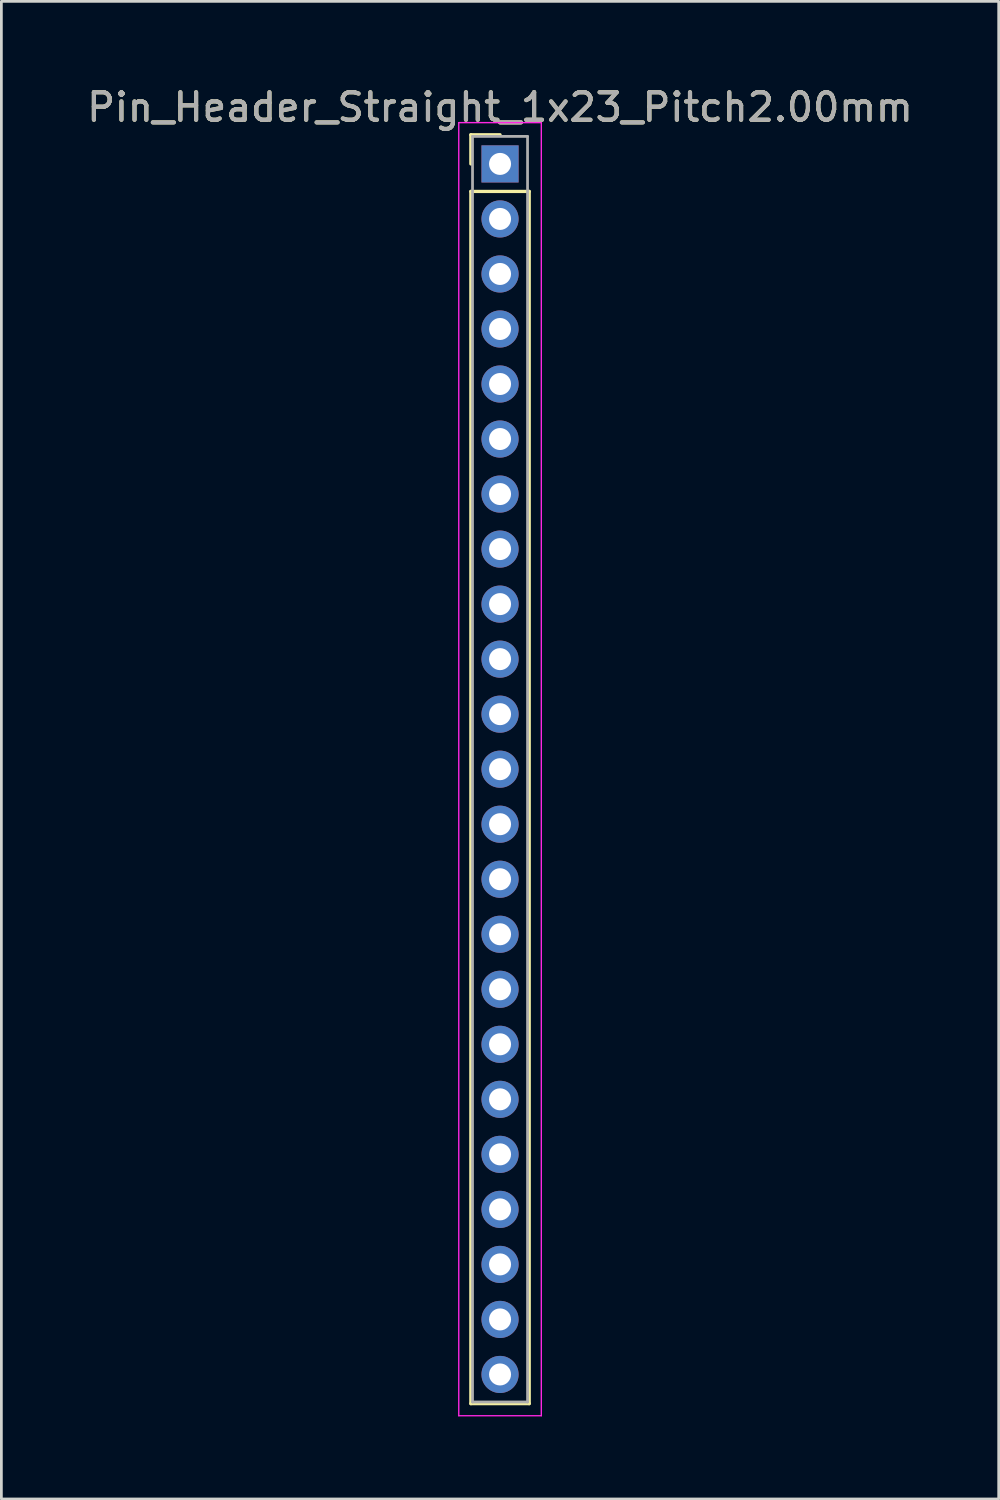
<source format=kicad_pcb>
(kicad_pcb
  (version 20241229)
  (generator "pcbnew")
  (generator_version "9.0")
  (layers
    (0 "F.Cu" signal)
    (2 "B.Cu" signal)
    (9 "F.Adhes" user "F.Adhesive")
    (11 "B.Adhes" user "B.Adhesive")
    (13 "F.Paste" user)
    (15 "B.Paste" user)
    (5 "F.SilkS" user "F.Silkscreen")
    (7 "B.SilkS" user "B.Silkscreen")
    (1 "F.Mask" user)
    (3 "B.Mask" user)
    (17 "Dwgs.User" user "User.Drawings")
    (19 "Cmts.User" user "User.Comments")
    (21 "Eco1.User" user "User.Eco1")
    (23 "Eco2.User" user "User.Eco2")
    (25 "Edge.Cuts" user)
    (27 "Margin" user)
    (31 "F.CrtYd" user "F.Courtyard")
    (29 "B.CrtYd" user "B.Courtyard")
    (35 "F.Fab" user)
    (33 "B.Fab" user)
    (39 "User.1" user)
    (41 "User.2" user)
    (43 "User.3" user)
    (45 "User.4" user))
  (footprint "Pin_Header_Straight_1x23_Pitch2.00mm"
    (layer "F.Cu")
    (at 15.125 2.908)
    (property "Reference" "Pin_Header_Straight_1x23_Pitch2.00mm" (at 0 -2.06 0) (layer "F.SilkS") (effects (font (size 1 1) (thickness 0.15))))
    (attr through_hole)
    (fp_line (start -1.06 -1.06) (end 0 -1.06) (stroke (width 0.12) (type solid)) (layer "F.SilkS"))
    (fp_line (start -1.06 0) (end -1.06 -1.06) (stroke (width 0.12) (type solid)) (layer "F.SilkS"))
    (fp_line (start -1.06 1) (end -1.06 45.06) (stroke (width 0.12) (type solid)) (layer "F.SilkS"))
    (fp_line (start -1.06 45.06) (end 1.06 45.06) (stroke (width 0.12) (type solid)) (layer "F.SilkS"))
    (fp_line (start 1.06 1) (end -1.06 1) (stroke (width 0.12) (type solid)) (layer "F.SilkS"))
    (fp_line (start 1.06 45.06) (end 1.06 1) (stroke (width 0.12) (type solid)) (layer "F.SilkS"))
    (fp_line (start -1.5 -1.5) (end -1.5 45.5) (stroke (width 0.05) (type solid)) (layer "F.CrtYd"))
    (fp_line (start -1.5 45.5) (end 1.5 45.5) (stroke (width 0.05) (type solid)) (layer "F.CrtYd"))
    (fp_line (start 1.5 -1.5) (end -1.5 -1.5) (stroke (width 0.05) (type solid)) (layer "F.CrtYd"))
    (fp_line (start 1.5 45.5) (end 1.5 -1.5) (stroke (width 0.05) (type solid)) (layer "F.CrtYd"))
    (fp_line (start -1 -1) (end -1 45) (stroke (width 0.1) (type solid)) (layer "F.Fab"))
    (fp_line (start -1 45) (end 1 45) (stroke (width 0.1) (type solid)) (layer "F.Fab"))
    (fp_line (start 1 -1) (end -1 -1) (stroke (width 0.1) (type solid)) (layer "F.Fab"))
    (fp_line (start 1 45) (end 1 -1) (stroke (width 0.1) (type solid)) (layer "F.Fab"))
    (fp_text user "${REFERENCE}" (at 0 -2.06 0) (layer "F.Fab") (effects (font (size 1 1) (thickness 0.15))))
    (pad "1" thru_hole rect (at 0 0) (size 1.35 1.35) (drill 0.8) (layers "*.Cu" "*.Mask"))
    (pad "2" thru_hole oval (at 0 2) (size 1.35 1.35) (drill 0.8) (layers "*.Cu" "*.Mask"))
    (pad "3" thru_hole oval (at 0 4) (size 1.35 1.35) (drill 0.8) (layers "*.Cu" "*.Mask"))
    (pad "4" thru_hole oval (at 0 6) (size 1.35 1.35) (drill 0.8) (layers "*.Cu" "*.Mask"))
    (pad "5" thru_hole oval (at 0 8) (size 1.35 1.35) (drill 0.8) (layers "*.Cu" "*.Mask"))
    (pad "6" thru_hole oval (at 0 10) (size 1.35 1.35) (drill 0.8) (layers "*.Cu" "*.Mask"))
    (pad "7" thru_hole oval (at 0 12) (size 1.35 1.35) (drill 0.8) (layers "*.Cu" "*.Mask"))
    (pad "8" thru_hole oval (at 0 14) (size 1.35 1.35) (drill 0.8) (layers "*.Cu" "*.Mask"))
    (pad "9" thru_hole oval (at 0 16) (size 1.35 1.35) (drill 0.8) (layers "*.Cu" "*.Mask"))
    (pad "10" thru_hole oval (at 0 18) (size 1.35 1.35) (drill 0.8) (layers "*.Cu" "*.Mask"))
    (pad "11" thru_hole oval (at 0 20) (size 1.35 1.35) (drill 0.8) (layers "*.Cu" "*.Mask"))
    (pad "12" thru_hole oval (at 0 22) (size 1.35 1.35) (drill 0.8) (layers "*.Cu" "*.Mask"))
    (pad "13" thru_hole oval (at 0 24) (size 1.35 1.35) (drill 0.8) (layers "*.Cu" "*.Mask"))
    (pad "14" thru_hole oval (at 0 26) (size 1.35 1.35) (drill 0.8) (layers "*.Cu" "*.Mask"))
    (pad "15" thru_hole oval (at 0 28) (size 1.35 1.35) (drill 0.8) (layers "*.Cu" "*.Mask"))
    (pad "16" thru_hole oval (at 0 30) (size 1.35 1.35) (drill 0.8) (layers "*.Cu" "*.Mask"))
    (pad "17" thru_hole oval (at 0 32) (size 1.35 1.35) (drill 0.8) (layers "*.Cu" "*.Mask"))
    (pad "18" thru_hole oval (at 0 34) (size 1.35 1.35) (drill 0.8) (layers "*.Cu" "*.Mask"))
    (pad "19" thru_hole oval (at 0 36) (size 1.35 1.35) (drill 0.8) (layers "*.Cu" "*.Mask"))
    (pad "20" thru_hole oval (at 0 38) (size 1.35 1.35) (drill 0.8) (layers "*.Cu" "*.Mask"))
    (pad "21" thru_hole oval (at 0 40) (size 1.35 1.35) (drill 0.8) (layers "*.Cu" "*.Mask"))
    (pad "22" thru_hole oval (at 0 42) (size 1.35 1.35) (drill 0.8) (layers "*.Cu" "*.Mask"))
    (pad "23" thru_hole oval (at 0 44) (size 1.35 1.35) (drill 0.8) (layers "*.Cu" "*.Mask")))
  (gr_rect
    (start -3 -3)
    (end 33.25 51.433)
    (stroke (width 0.1) (type default))
    (fill no)
    (layer "Edge.Cuts")))
</source>
